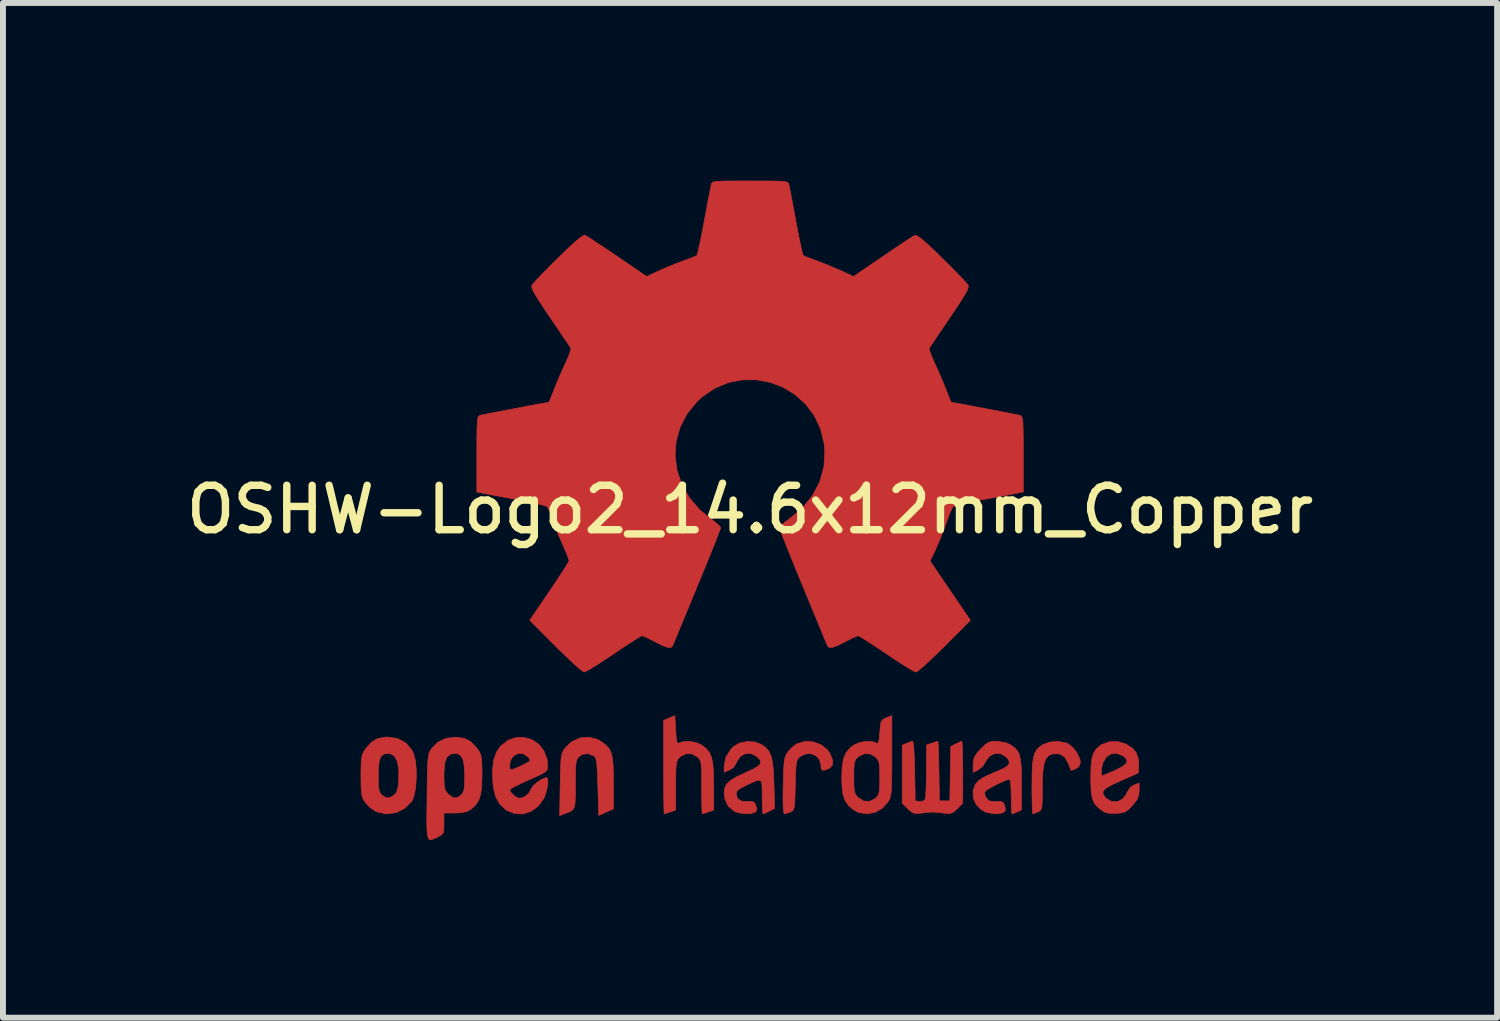
<source format=kicad_pcb>
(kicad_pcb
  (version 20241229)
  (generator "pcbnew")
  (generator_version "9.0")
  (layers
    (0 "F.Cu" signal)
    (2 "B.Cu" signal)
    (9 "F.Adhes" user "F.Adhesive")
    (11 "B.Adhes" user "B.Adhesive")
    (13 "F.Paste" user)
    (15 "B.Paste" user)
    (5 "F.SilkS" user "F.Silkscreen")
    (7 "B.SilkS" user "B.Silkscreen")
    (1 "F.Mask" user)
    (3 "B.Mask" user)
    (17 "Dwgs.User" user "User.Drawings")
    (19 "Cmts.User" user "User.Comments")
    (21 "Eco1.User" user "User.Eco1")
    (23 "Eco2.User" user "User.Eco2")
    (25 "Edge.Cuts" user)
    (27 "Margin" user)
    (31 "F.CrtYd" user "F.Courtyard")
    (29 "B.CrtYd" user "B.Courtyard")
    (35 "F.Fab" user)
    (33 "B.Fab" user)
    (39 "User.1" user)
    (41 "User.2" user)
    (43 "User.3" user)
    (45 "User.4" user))
  (footprint "OSHW-Logo2_14.6x12mm_Copper"
    (layer "F.Cu")
    (at 9.613 5.552)
    (property "Reference" "OSHW-Logo2_14.6x12mm_Copper" (at 0 0 0) (layer "F.SilkS") (effects (font (size 0.75 0.75) (thickness 0.125))))
    (attr exclude_from_pos_files exclude_from_bom allow_missing_courtyard)
    (fp_poly (pts (xy 5.336 3.94) (xy 5.371 3.955) (xy 5.454 4.021) (xy 5.525 4.117) (xy 5.569 4.218) (xy 5.576 4.269) (xy 5.552 4.339) (xy 5.5 4.376) (xy 5.443 4.398) (xy 5.417 4.402) (xy 5.405 4.372) (xy 5.38 4.307) (xy 5.369 4.277) (xy 5.308 4.175) (xy 5.219 4.124) (xy 5.105 4.126) (xy 5.097 4.128) (xy 5.036 4.157) (xy 4.991 4.213) (xy 4.961 4.303) (xy 4.943 4.435) (xy 4.935 4.614) (xy 4.934 4.709) (xy 4.934 4.86) (xy 4.931 4.962) (xy 4.925 5.028) (xy 4.912 5.066) (xy 4.892 5.088) (xy 4.861 5.104) (xy 4.86 5.105) (xy 4.801 5.129) (xy 4.772 5.138) (xy 4.768 5.111) (xy 4.764 5.035) (xy 4.761 4.92) (xy 4.759 4.775) (xy 4.759 4.67) (xy 4.761 4.466) (xy 4.767 4.311) (xy 4.782 4.196) (xy 4.806 4.113) (xy 4.842 4.051) (xy 4.893 4.003) (xy 4.943 3.969) (xy 5.063 3.925) (xy 5.204 3.915) (xy 5.336 3.94)) (stroke (width 0.01) (type solid)) (fill yes) (layer "F.Cu"))
    (fp_poly (pts (xy -2.583 3.878) (xy -2.489 3.932) (xy -2.424 3.986) (xy -2.376 4.042) (xy -2.343 4.111) (xy -2.323 4.202) (xy -2.311 4.327) (xy -2.307 4.493) (xy -2.306 4.613) (xy -2.306 5.054) (xy -2.431 5.109) (xy -2.555 5.165) (xy -2.569 4.682) (xy -2.575 4.502) (xy -2.582 4.371) (xy -2.589 4.281) (xy -2.6 4.222) (xy -2.614 4.185) (xy -2.634 4.163) (xy -2.64 4.158) (xy -2.736 4.12) (xy -2.833 4.135) (xy -2.89 4.175) (xy -2.914 4.203) (xy -2.93 4.241) (xy -2.94 4.297) (xy -2.946 4.383) (xy -2.948 4.51) (xy -2.949 4.641) (xy -2.949 4.806) (xy -2.952 4.923) (xy -2.961 5.002) (xy -2.981 5.052) (xy -3.015 5.086) (xy -3.068 5.112) (xy -3.138 5.138) (xy -3.215 5.168) (xy -3.206 4.649) (xy -3.202 4.463) (xy -3.198 4.324) (xy -3.192 4.226) (xy -3.183 4.156) (xy -3.169 4.107) (xy -3.15 4.067) (xy -3.127 4.033) (xy -3.015 3.922) (xy -2.878 3.858) (xy -2.73 3.842) (xy -2.583 3.878)) (stroke (width 0.01) (type solid)) (fill yes) (layer "F.Cu"))
    (fp_poly (pts (xy 1.066 3.922) (xy 1.199 3.971) (xy 1.306 4.057) (xy 1.348 4.118) (xy 1.394 4.23) (xy 1.393 4.311) (xy 1.345 4.365) (xy 1.327 4.375) (xy 1.25 4.403) (xy 1.211 4.396) (xy 1.198 4.348) (xy 1.197 4.321) (xy 1.173 4.223) (xy 1.109 4.154) (xy 1.021 4.12) (xy 0.923 4.129) (xy 0.843 4.172) (xy 0.816 4.197) (xy 0.796 4.227) (xy 0.783 4.273) (xy 0.775 4.343) (xy 0.77 4.45) (xy 0.765 4.602) (xy 0.764 4.65) (xy 0.76 4.815) (xy 0.756 4.931) (xy 0.749 5.008) (xy 0.738 5.055) (xy 0.722 5.082) (xy 0.698 5.098) (xy 0.683 5.105) (xy 0.618 5.13) (xy 0.58 5.138) (xy 0.567 5.111) (xy 0.559 5.029) (xy 0.556 4.89) (xy 0.558 4.694) (xy 0.559 4.664) (xy 0.563 4.485) (xy 0.569 4.355) (xy 0.576 4.262) (xy 0.587 4.198) (xy 0.603 4.151) (xy 0.626 4.111) (xy 0.637 4.094) (xy 0.705 4.019) (xy 0.78 3.961) (xy 0.789 3.956) (xy 0.924 3.915) (xy 1.066 3.922)) (stroke (width 0.01) (type solid)) (fill yes) (layer "F.Cu"))
    (fp_poly (pts (xy 3.58 3.94) (xy 3.585 4.017) (xy 3.588 4.133) (xy 3.59 4.281) (xy 3.591 4.435) (xy 3.591 4.959) (xy 3.499 5.051) (xy 3.435 5.108) (xy 3.379 5.131) (xy 3.303 5.13) (xy 3.272 5.126) (xy 3.178 5.115) (xy 3.099 5.109) (xy 3.08 5.108) (xy 3.016 5.112) (xy 2.924 5.121) (xy 2.888 5.126) (xy 2.8 5.133) (xy 2.741 5.118) (xy 2.683 5.072) (xy 2.662 5.051) (xy 2.569 4.959) (xy 2.569 3.98) (xy 2.644 3.946) (xy 2.708 3.921) (xy 2.745 3.912) (xy 2.755 3.94) (xy 2.764 4.018) (xy 2.771 4.136) (xy 2.777 4.288) (xy 2.78 4.416) (xy 2.788 4.919) (xy 2.858 4.929) (xy 2.921 4.922) (xy 2.952 4.9) (xy 2.961 4.858) (xy 2.968 4.77) (xy 2.974 4.645) (xy 2.977 4.496) (xy 2.977 4.419) (xy 2.978 3.976) (xy 3.07 3.944) (xy 3.135 3.922) (xy 3.17 3.912) (xy 3.171 3.912) (xy 3.175 3.94) (xy 3.179 4.016) (xy 3.183 4.133) (xy 3.186 4.279) (xy 3.189 4.416) (xy 3.197 4.919) (xy 3.372 4.919) (xy 3.38 4.46) (xy 3.388 4.001) (xy 3.474 3.956) (xy 3.537 3.926) (xy 3.574 3.912) (xy 3.575 3.912) (xy 3.58 3.94)) (stroke (width 0.01) (type solid)) (fill yes) (layer "F.Cu"))
    (fp_poly (pts (xy -1.255 3.724) (xy -1.247 3.843) (xy -1.237 3.914) (xy -1.223 3.944) (xy -1.203 3.945) (xy -1.197 3.941) (xy -1.111 3.914) (xy -0.999 3.916) (xy -0.886 3.943) (xy -0.814 3.978) (xy -0.742 4.035) (xy -0.688 4.099) (xy -0.652 4.18) (xy -0.629 4.288) (xy -0.617 4.433) (xy -0.613 4.624) (xy -0.613 4.661) (xy -0.613 5.074) (xy -0.705 5.106) (xy -0.77 5.128) (xy -0.806 5.138) (xy -0.807 5.138) (xy -0.811 5.111) (xy -0.814 5.035) (xy -0.816 4.921) (xy -0.817 4.778) (xy -0.817 4.691) (xy -0.818 4.52) (xy -0.82 4.397) (xy -0.825 4.313) (xy -0.834 4.258) (xy -0.849 4.221) (xy -0.871 4.193) (xy -0.885 4.18) (xy -0.979 4.126) (xy -1.082 4.122) (xy -1.175 4.168) (xy -1.192 4.184) (xy -1.217 4.215) (xy -1.235 4.252) (xy -1.246 4.304) (xy -1.252 4.384) (xy -1.255 4.501) (xy -1.255 4.663) (xy -1.255 5.074) (xy -1.347 5.106) (xy -1.413 5.128) (xy -1.448 5.138) (xy -1.45 5.138) (xy -1.452 5.11) (xy -1.455 5.032) (xy -1.457 4.909) (xy -1.458 4.751) (xy -1.459 4.565) (xy -1.46 4.358) (xy -1.46 4.349) (xy -1.46 3.559) (xy -1.365 3.519) (xy -1.27 3.479) (xy -1.255 3.724)) (stroke (width 0.01) (type solid)) (fill yes) (layer "F.Cu"))
    (fp_poly (pts (xy -5.952 3.866) (xy -5.815 3.938) (xy -5.714 4.054) (xy -5.678 4.128) (xy -5.65 4.24) (xy -5.636 4.381) (xy -5.635 4.535) (xy -5.645 4.686) (xy -5.668 4.816) (xy -5.701 4.91) (xy -5.711 4.926) (xy -5.833 5.046) (xy -5.977 5.118) (xy -6.133 5.139) (xy -6.291 5.107) (xy -6.335 5.087) (xy -6.42 5.027) (xy -6.496 4.947) (xy -6.503 4.937) (xy -6.532 4.888) (xy -6.551 4.836) (xy -6.562 4.767) (xy -6.567 4.669) (xy -6.569 4.528) (xy -6.569 4.496) (xy -6.569 4.486) (xy -6.277 4.486) (xy -6.275 4.619) (xy -6.269 4.708) (xy -6.255 4.765) (xy -6.231 4.804) (xy -6.219 4.817) (xy -6.149 4.867) (xy -6.081 4.865) (xy -6.012 4.822) (xy -5.971 4.775) (xy -5.947 4.708) (xy -5.934 4.601) (xy -5.933 4.589) (xy -5.93 4.396) (xy -5.955 4.253) (xy -6.005 4.16) (xy -6.082 4.119) (xy -6.109 4.117) (xy -6.181 4.128) (xy -6.23 4.167) (xy -6.26 4.242) (xy -6.274 4.361) (xy -6.277 4.486) (xy -6.569 4.486) (xy -6.568 4.346) (xy -6.563 4.241) (xy -6.553 4.168) (xy -6.536 4.114) (xy -6.509 4.067) (xy -6.503 4.058) (xy -6.404 3.939) (xy -6.296 3.87) (xy -6.164 3.843) (xy -6.119 3.841) (xy -5.952 3.866)) (stroke (width 0.01) (type solid)) (fill yes) (layer "F.Cu"))
    (fp_poly (pts (xy 6.343 3.957) (xy 6.459 4.032) (xy 6.515 4.1) (xy 6.559 4.222) (xy 6.562 4.319) (xy 6.554 4.449) (xy 6.255 4.58) (xy 6.11 4.647) (xy 6.015 4.701) (xy 5.965 4.747) (xy 5.957 4.793) (xy 5.984 4.843) (xy 6.014 4.876) (xy 6.102 4.929) (xy 6.198 4.932) (xy 6.286 4.891) (xy 6.351 4.809) (xy 6.362 4.78) (xy 6.418 4.69) (xy 6.482 4.651) (xy 6.569 4.618) (xy 6.569 4.743) (xy 6.561 4.828) (xy 6.531 4.9) (xy 6.468 4.982) (xy 6.458 4.993) (xy 6.388 5.066) (xy 6.327 5.106) (xy 6.251 5.124) (xy 6.188 5.13) (xy 6.075 5.131) (xy 5.995 5.113) (xy 5.945 5.085) (xy 5.867 5.024) (xy 5.812 4.958) (xy 5.778 4.874) (xy 5.759 4.762) (xy 5.752 4.609) (xy 5.752 4.531) (xy 5.754 4.438) (xy 5.93 4.438) (xy 5.932 4.488) (xy 5.937 4.496) (xy 5.971 4.485) (xy 6.043 4.455) (xy 6.14 4.414) (xy 6.16 4.405) (xy 6.282 4.342) (xy 6.35 4.288) (xy 6.364 4.237) (xy 6.329 4.185) (xy 6.3 4.162) (xy 6.194 4.116) (xy 6.095 4.124) (xy 6.013 4.18) (xy 5.956 4.279) (xy 5.937 4.357) (xy 5.93 4.438) (xy 5.754 4.438) (xy 5.755 4.349) (xy 5.769 4.215) (xy 5.797 4.117) (xy 5.842 4.045) (xy 5.907 3.988) (xy 5.935 3.969) (xy 6.065 3.921) (xy 6.206 3.918) (xy 6.343 3.957)) (stroke (width 0.01) (type solid)) (fill yes) (layer "F.Cu"))
    (fp_poly (pts (xy 2.394 4.154) (xy 2.394 4.373) (xy 2.392 4.541) (xy 2.389 4.666) (xy 2.384 4.757) (xy 2.375 4.822) (xy 2.364 4.869) (xy 2.348 4.906) (xy 2.336 4.927) (xy 2.236 5.041) (xy 2.111 5.112) (xy 1.971 5.138) (xy 1.832 5.114) (xy 1.749 5.072) (xy 1.662 4.999) (xy 1.602 4.911) (xy 1.566 4.794) (xy 1.55 4.639) (xy 1.547 4.525) (xy 1.548 4.517) (xy 1.752 4.517) (xy 1.753 4.648) (xy 1.759 4.734) (xy 1.772 4.791) (xy 1.795 4.832) (xy 1.823 4.862) (xy 1.918 4.922) (xy 2.019 4.927) (xy 2.115 4.877) (xy 2.122 4.871) (xy 2.154 4.836) (xy 2.174 4.794) (xy 2.185 4.732) (xy 2.189 4.636) (xy 2.19 4.529) (xy 2.188 4.396) (xy 2.182 4.307) (xy 2.169 4.248) (xy 2.145 4.206) (xy 2.126 4.184) (xy 2.038 4.128) (xy 1.936 4.121) (xy 1.838 4.164) (xy 1.819 4.18) (xy 1.787 4.215) (xy 1.767 4.258) (xy 1.757 4.32) (xy 1.752 4.417) (xy 1.752 4.517) (xy 1.548 4.517) (xy 1.555 4.342) (xy 1.578 4.204) (xy 1.624 4.101) (xy 1.694 4.02) (xy 1.749 3.978) (xy 1.848 3.934) (xy 1.964 3.913) (xy 2.071 3.919) (xy 2.131 3.941) (xy 2.155 3.947) (xy 2.17 3.924) (xy 2.181 3.86) (xy 2.19 3.763) (xy 2.199 3.655) (xy 2.211 3.589) (xy 2.234 3.552) (xy 2.274 3.528) (xy 2.299 3.517) (xy 2.394 3.477) (xy 2.394 4.154)) (stroke (width 0.01) (type solid)) (fill yes) (layer "F.Cu"))
    (fp_poly (pts (xy -3.684 3.885) (xy -3.569 3.962) (xy -3.48 4.074) (xy -3.427 4.216) (xy -3.417 4.321) (xy -3.418 4.365) (xy -3.428 4.398) (xy -3.456 4.428) (xy -3.511 4.461) (xy -3.601 4.505) (xy -3.736 4.565) (xy -3.737 4.565) (xy -3.861 4.622) (xy -3.963 4.673) (xy -4.032 4.711) (xy -4.058 4.733) (xy -4.058 4.733) (xy -4.035 4.78) (xy -3.982 4.831) (xy -3.921 4.868) (xy -3.889 4.876) (xy -3.805 4.85) (xy -3.732 4.786) (xy -3.696 4.716) (xy -3.662 4.664) (xy -3.595 4.605) (xy -3.516 4.554) (xy -3.446 4.527) (xy -3.432 4.525) (xy -3.415 4.55) (xy -3.414 4.614) (xy -3.426 4.701) (xy -3.449 4.793) (xy -3.48 4.873) (xy -3.482 4.877) (xy -3.575 5.007) (xy -3.696 5.095) (xy -3.833 5.139) (xy -3.975 5.134) (xy -4.112 5.077) (xy -4.118 5.073) (xy -4.225 4.975) (xy -4.296 4.848) (xy -4.335 4.682) (xy -4.34 4.635) (xy -4.349 4.413) (xy -4.338 4.31) (xy -4.058 4.31) (xy -4.055 4.375) (xy -4.035 4.393) (xy -3.985 4.379) (xy -3.907 4.346) (xy -3.819 4.304) (xy -3.817 4.303) (xy -3.743 4.264) (xy -3.713 4.238) (xy -3.721 4.211) (xy -3.751 4.175) (xy -3.83 4.123) (xy -3.915 4.119) (xy -3.991 4.157) (xy -4.043 4.23) (xy -4.058 4.31) (xy -4.338 4.31) (xy -4.33 4.236) (xy -4.281 4.096) (xy -4.213 3.997) (xy -4.09 3.898) (xy -3.954 3.849) (xy -3.816 3.846) (xy -3.684 3.885)) (stroke (width 0.01) (type solid)) (fill yes) (layer "F.Cu"))
    (fp_poly (pts (xy 0.08 3.924) (xy 0.194 3.967) (xy 0.196 3.968) (xy 0.266 4.02) (xy 0.319 4.081) (xy 0.355 4.16) (xy 0.38 4.267) (xy 0.394 4.413) (xy 0.403 4.605) (xy 0.404 4.633) (xy 0.414 5.047) (xy 0.325 5.092) (xy 0.261 5.123) (xy 0.222 5.138) (xy 0.22 5.138) (xy 0.214 5.111) (xy 0.208 5.038) (xy 0.205 4.931) (xy 0.204 4.844) (xy 0.204 4.704) (xy 0.198 4.616) (xy 0.176 4.574) (xy 0.128 4.572) (xy 0.045 4.604) (xy -0.08 4.662) (xy -0.172 4.711) (xy -0.22 4.753) (xy -0.234 4.799) (xy -0.234 4.801) (xy -0.211 4.88) (xy -0.143 4.923) (xy -0.039 4.929) (xy 0.036 4.928) (xy 0.076 4.95) (xy 0.1 5.002) (xy 0.115 5.068) (xy 0.094 5.105) (xy 0.087 5.11) (xy 0.014 5.132) (xy -0.087 5.135) (xy -0.192 5.121) (xy -0.266 5.095) (xy -0.368 5.008) (xy -0.426 4.887) (xy -0.438 4.792) (xy -0.429 4.707) (xy -0.397 4.637) (xy -0.334 4.576) (xy -0.232 4.514) (xy -0.082 4.444) (xy -0.073 4.44) (xy 0.062 4.378) (xy 0.145 4.326) (xy 0.181 4.28) (xy 0.173 4.234) (xy 0.126 4.18) (xy 0.112 4.168) (xy 0.017 4.12) (xy -0.081 4.122) (xy -0.166 4.169) (xy -0.223 4.256) (xy -0.228 4.273) (xy -0.279 4.356) (xy -0.344 4.395) (xy -0.438 4.435) (xy -0.438 4.333) (xy -0.409 4.184) (xy -0.325 4.048) (xy -0.28 4.002) (xy -0.18 3.944) (xy -0.052 3.917) (xy 0.08 3.924)) (stroke (width 0.01) (type solid)) (fill yes) (layer "F.Cu"))
    (fp_poly (pts (xy -4.828 3.862) (xy -4.717 3.918) (xy -4.618 4.02) (xy -4.591 4.058) (xy -4.561 4.107) (xy -4.542 4.161) (xy -4.531 4.233) (xy -4.526 4.337) (xy -4.525 4.474) (xy -4.53 4.662) (xy -4.547 4.803) (xy -4.58 4.908) (xy -4.632 4.988) (xy -4.706 5.055) (xy -4.711 5.059) (xy -4.785 5.099) (xy -4.873 5.119) (xy -4.985 5.124) (xy -5.167 5.124) (xy -5.168 5.301) (xy -5.169 5.399) (xy -5.18 5.457) (xy -5.207 5.492) (xy -5.258 5.521) (xy -5.271 5.527) (xy -5.329 5.555) (xy -5.374 5.573) (xy -5.407 5.574) (xy -5.431 5.554) (xy -5.446 5.506) (xy -5.454 5.424) (xy -5.458 5.303) (xy -5.457 5.136) (xy -5.454 4.919) (xy -5.454 4.854) (xy -5.451 4.63) (xy -5.448 4.483) (xy -5.168 4.483) (xy -5.166 4.607) (xy -5.159 4.689) (xy -5.143 4.743) (xy -5.115 4.784) (xy -5.096 4.804) (xy -5.018 4.863) (xy -4.949 4.868) (xy -4.877 4.819) (xy -4.876 4.817) (xy -4.847 4.78) (xy -4.829 4.728) (xy -4.82 4.65) (xy -4.817 4.529) (xy -4.817 4.503) (xy -4.824 4.337) (xy -4.846 4.222) (xy -4.885 4.151) (xy -4.945 4.12) (xy -4.979 4.117) (xy -5.061 4.131) (xy -5.118 4.181) (xy -5.151 4.27) (xy -5.166 4.407) (xy -5.168 4.483) (xy -5.448 4.483) (xy -5.448 4.456) (xy -5.444 4.325) (xy -5.438 4.23) (xy -5.43 4.162) (xy -5.419 4.115) (xy -5.404 4.079) (xy -5.385 4.048) (xy -5.377 4.036) (xy -5.267 3.925) (xy -5.129 3.862) (xy -4.968 3.844) (xy -4.828 3.862)) (stroke (width 0.01) (type solid)) (fill yes) (layer "F.Cu"))
    (fp_poly (pts (xy 4.314 3.935) (xy 4.398 3.973) (xy 4.464 4.02) (xy 4.513 4.072) (xy 4.546 4.138) (xy 4.567 4.23) (xy 4.579 4.355) (xy 4.583 4.525) (xy 4.584 4.636) (xy 4.584 5.071) (xy 4.509 5.105) (xy 4.451 5.129) (xy 4.422 5.138) (xy 4.416 5.111) (xy 4.412 5.038) (xy 4.409 4.931) (xy 4.409 4.846) (xy 4.406 4.724) (xy 4.399 4.627) (xy 4.39 4.567) (xy 4.382 4.554) (xy 4.33 4.567) (xy 4.249 4.601) (xy 4.155 4.645) (xy 4.065 4.694) (xy 3.995 4.737) (xy 3.963 4.767) (xy 3.963 4.767) (xy 3.965 4.822) (xy 3.99 4.874) (xy 4.035 4.917) (xy 4.099 4.931) (xy 4.154 4.929) (xy 4.232 4.928) (xy 4.273 4.946) (xy 4.297 4.995) (xy 4.3 5.004) (xy 4.311 5.073) (xy 4.283 5.114) (xy 4.208 5.134) (xy 4.128 5.138) (xy 3.984 5.111) (xy 3.909 5.072) (xy 3.817 4.98) (xy 3.768 4.868) (xy 3.764 4.749) (xy 3.805 4.638) (xy 3.867 4.569) (xy 3.929 4.53) (xy 4.027 4.481) (xy 4.141 4.431) (xy 4.16 4.424) (xy 4.285 4.369) (xy 4.357 4.32) (xy 4.38 4.272) (xy 4.358 4.217) (xy 4.321 4.175) (xy 4.233 4.123) (xy 4.137 4.119) (xy 4.048 4.159) (xy 3.984 4.239) (xy 3.976 4.26) (xy 3.927 4.336) (xy 3.856 4.393) (xy 3.766 4.439) (xy 3.766 4.308) (xy 3.771 4.227) (xy 3.794 4.164) (xy 3.844 4.096) (xy 3.893 4.044) (xy 3.968 3.97) (xy 4.026 3.931) (xy 4.088 3.915) (xy 4.159 3.912) (xy 4.314 3.935)) (stroke (width 0.01) (type solid)) (fill yes) (layer "F.Cu"))
    (fp_poly (pts (xy 0.209 -5.547) (xy 0.367 -5.546) (xy 0.481 -5.544) (xy 0.559 -5.539) (xy 0.609 -5.532) (xy 0.636 -5.521) (xy 0.65 -5.505) (xy 0.656 -5.484) (xy 0.657 -5.481) (xy 0.667 -5.433) (xy 0.686 -5.337) (xy 0.711 -5.204) (xy 0.741 -5.045) (xy 0.774 -4.868) (xy 0.775 -4.862) (xy 0.807 -4.689) (xy 0.838 -4.537) (xy 0.865 -4.413) (xy 0.885 -4.328) (xy 0.898 -4.291) (xy 0.898 -4.29) (xy 0.935 -4.272) (xy 1.011 -4.242) (xy 1.109 -4.206) (xy 1.109 -4.205) (xy 1.233 -4.159) (xy 1.379 -4.099) (xy 1.517 -4.04) (xy 1.523 -4.037) (xy 1.747 -3.935) (xy 2.244 -4.274) (xy 2.396 -4.377) (xy 2.534 -4.47) (xy 2.649 -4.546) (xy 2.735 -4.601) (xy 2.782 -4.629) (xy 2.786 -4.631) (xy 2.82 -4.621) (xy 2.884 -4.577) (xy 2.98 -4.495) (xy 3.11 -4.373) (xy 3.243 -4.244) (xy 3.372 -4.116) (xy 3.487 -4) (xy 3.581 -3.902) (xy 3.648 -3.829) (xy 3.681 -3.79) (xy 3.682 -3.788) (xy 3.686 -3.76) (xy 3.672 -3.716) (xy 3.638 -3.648) (xy 3.579 -3.551) (xy 3.493 -3.418) (xy 3.378 -3.248) (xy 3.276 -3.097) (xy 3.185 -2.963) (xy 3.11 -2.851) (xy 3.056 -2.771) (xy 3.029 -2.73) (xy 3.028 -2.727) (xy 3.031 -2.687) (xy 3.056 -2.61) (xy 3.098 -2.511) (xy 3.113 -2.479) (xy 3.178 -2.337) (xy 3.247 -2.176) (xy 3.304 -2.036) (xy 3.344 -1.933) (xy 3.377 -1.854) (xy 3.395 -1.813) (xy 3.397 -1.81) (xy 3.432 -1.805) (xy 3.513 -1.791) (xy 3.629 -1.769) (xy 3.771 -1.743) (xy 3.927 -1.713) (xy 4.087 -1.683) (xy 4.239 -1.653) (xy 4.374 -1.627) (xy 4.479 -1.606) (xy 4.546 -1.593) (xy 4.562 -1.589) (xy 4.579 -1.579) (xy 4.591 -1.557) (xy 4.6 -1.516) (xy 4.607 -1.449) (xy 4.61 -1.347) (xy 4.612 -1.204) (xy 4.613 -1.013) (xy 4.613 -0.934) (xy 4.613 -0.296) (xy 4.46 -0.266) (xy 4.374 -0.249) (xy 4.247 -0.225) (xy 4.093 -0.197) (xy 3.929 -0.167) (xy 3.883 -0.158) (xy 3.731 -0.129) (xy 3.598 -0.1) (xy 3.497 -0.074) (xy 3.437 -0.054) (xy 3.427 -0.048) (xy 3.402 -0.005) (xy 3.367 0.076) (xy 3.328 0.182) (xy 3.32 0.204) (xy 3.269 0.345) (xy 3.206 0.504) (xy 3.144 0.646) (xy 3.144 0.647) (xy 3.04 0.87) (xy 3.72 1.87) (xy 3.284 2.307) (xy 3.152 2.437) (xy 3.031 2.552) (xy 2.929 2.645) (xy 2.852 2.711) (xy 2.807 2.742) (xy 2.801 2.744) (xy 2.763 2.729) (xy 2.686 2.684) (xy 2.577 2.617) (xy 2.447 2.533) (xy 2.305 2.438) (xy 2.161 2.341) (xy 2.033 2.257) (xy 1.929 2.19) (xy 1.857 2.147) (xy 1.824 2.131) (xy 1.785 2.144) (xy 1.71 2.179) (xy 1.614 2.227) (xy 1.604 2.233) (xy 1.476 2.297) (xy 1.389 2.328) (xy 1.334 2.329) (xy 1.306 2.3) (xy 1.305 2.299) (xy 1.291 2.264) (xy 1.257 2.182) (xy 1.206 2.059) (xy 1.141 1.9) (xy 1.064 1.714) (xy 0.977 1.505) (xy 0.894 1.302) (xy 0.802 1.079) (xy 0.717 0.872) (xy 0.643 0.688) (xy 0.581 0.533) (xy 0.534 0.414) (xy 0.505 0.336) (xy 0.496 0.307) (xy 0.519 0.274) (xy 0.577 0.221) (xy 0.656 0.163) (xy 0.879 -0.022) (xy 1.053 -0.234) (xy 1.176 -0.468) (xy 1.247 -0.721) (xy 1.262 -0.987) (xy 1.251 -1.109) (xy 1.189 -1.364) (xy 1.082 -1.589) (xy 0.937 -1.782) (xy 0.76 -1.941) (xy 0.559 -2.063) (xy 0.339 -2.147) (xy 0.107 -2.19) (xy -0.13 -2.189) (xy -0.365 -2.144) (xy -0.592 -2.05) (xy -0.804 -1.907) (xy -0.892 -1.827) (xy -1.062 -1.619) (xy -1.18 -1.392) (xy -1.248 -1.153) (xy -1.265 -0.907) (xy -1.233 -0.662) (xy -1.153 -0.424) (xy -1.025 -0.2) (xy -0.851 0.003) (xy -0.656 0.163) (xy -0.574 0.224) (xy -0.517 0.276) (xy -0.496 0.307) (xy -0.507 0.342) (xy -0.538 0.423) (xy -0.586 0.546) (xy -0.649 0.704) (xy -0.725 0.891) (xy -0.81 1.099) (xy -0.894 1.302) (xy -0.986 1.526) (xy -1.072 1.733) (xy -1.148 1.917) (xy -1.212 2.072) (xy -1.262 2.192) (xy -1.294 2.27) (xy -1.306 2.299) (xy -1.334 2.329) (xy -1.388 2.329) (xy -1.476 2.297) (xy -1.603 2.233) (xy -1.604 2.233) (xy -1.701 2.183) (xy -1.778 2.147) (xy -1.822 2.131) (xy -1.824 2.131) (xy -1.857 2.147) (xy -1.93 2.191) (xy -2.035 2.258) (xy -2.163 2.342) (xy -2.305 2.438) (xy -2.45 2.535) (xy -2.58 2.619) (xy -2.688 2.686) (xy -2.764 2.729) (xy -2.801 2.744) (xy -2.835 2.724) (xy -2.902 2.669) (xy -2.997 2.584) (xy -3.112 2.475) (xy -3.242 2.349) (xy -3.284 2.307) (xy -3.72 1.87) (xy -3.388 1.382) (xy -3.287 1.233) (xy -3.198 1.098) (xy -3.127 0.987) (xy -3.078 0.907) (xy -3.056 0.865) (xy -3.056 0.862) (xy -3.067 0.823) (xy -3.098 0.744) (xy -3.143 0.639) (xy -3.174 0.568) (xy -3.233 0.433) (xy -3.289 0.296) (xy -3.332 0.181) (xy -3.343 0.146) (xy -3.376 0.052) (xy -3.409 -0.02) (xy -3.427 -0.048) (xy -3.466 -0.064) (xy -3.552 -0.088) (xy -3.673 -0.116) (xy -3.818 -0.146) (xy -3.883 -0.158) (xy -4.048 -0.189) (xy -4.206 -0.218) (xy -4.343 -0.243) (xy -4.441 -0.262) (xy -4.46 -0.266) (xy -4.613 -0.296) (xy -4.613 -0.934) (xy -4.613 -1.144) (xy -4.611 -1.303) (xy -4.608 -1.418) (xy -4.603 -1.497) (xy -4.595 -1.546) (xy -4.583 -1.573) (xy -4.568 -1.586) (xy -4.562 -1.589) (xy -4.524 -1.597) (xy -4.44 -1.614) (xy -4.321 -1.637) (xy -4.178 -1.665) (xy -4.022 -1.695) (xy -3.862 -1.725) (xy -3.711 -1.754) (xy -3.578 -1.779) (xy -3.475 -1.797) (xy -3.412 -1.808) (xy -3.397 -1.81) (xy -3.385 -1.835) (xy -3.357 -1.902) (xy -3.318 -1.999) (xy -3.304 -2.036) (xy -3.245 -2.182) (xy -3.175 -2.343) (xy -3.113 -2.479) (xy -3.067 -2.582) (xy -3.036 -2.668) (xy -3.026 -2.72) (xy -3.028 -2.727) (xy -3.049 -2.76) (xy -3.098 -2.833) (xy -3.17 -2.939) (xy -3.258 -3.07) (xy -3.359 -3.218) (xy -3.379 -3.247) (xy -3.495 -3.42) (xy -3.581 -3.552) (xy -3.639 -3.648) (xy -3.673 -3.716) (xy -3.686 -3.76) (xy -3.683 -3.787) (xy -3.683 -3.787) (xy -3.654 -3.823) (xy -3.59 -3.893) (xy -3.498 -3.988) (xy -3.385 -4.103) (xy -3.258 -4.23) (xy -3.243 -4.244) (xy -3.083 -4.399) (xy -2.959 -4.513) (xy -2.87 -4.588) (xy -2.812 -4.626) (xy -2.786 -4.631) (xy -2.749 -4.609) (xy -2.671 -4.56) (xy -2.562 -4.488) (xy -2.428 -4.399) (xy -2.279 -4.298) (xy -2.244 -4.274) (xy -1.747 -3.935) (xy -1.523 -4.037) (xy -1.387 -4.096) (xy -1.241 -4.156) (xy -1.115 -4.203) (xy -1.109 -4.205) (xy -1.011 -4.241) (xy -0.935 -4.272) (xy -0.898 -4.29) (xy -0.898 -4.29) (xy -0.886 -4.323) (xy -0.867 -4.405) (xy -0.84 -4.525) (xy -0.81 -4.676) (xy -0.777 -4.848) (xy -0.775 -4.862) (xy -0.742 -5.039) (xy -0.712 -5.199) (xy -0.686 -5.333) (xy -0.667 -5.43) (xy -0.657 -5.481) (xy -0.657 -5.481) (xy -0.651 -5.503) (xy -0.638 -5.519) (xy -0.613 -5.531) (xy -0.566 -5.539) (xy -0.492 -5.543) (xy -0.382 -5.546) (xy -0.229 -5.547) (xy -0.026 -5.547) (xy 0 -5.547) (xy 0.209 -5.547)) (stroke (width 0.01) (type solid)) (fill yes) (layer "F.Cu")))
  (gr_rect
    (start -3 -3)
    (end 22.225 14.131)
    (stroke (width 0.1) (type default))
    (fill no)
    (layer "Edge.Cuts")))
</source>
